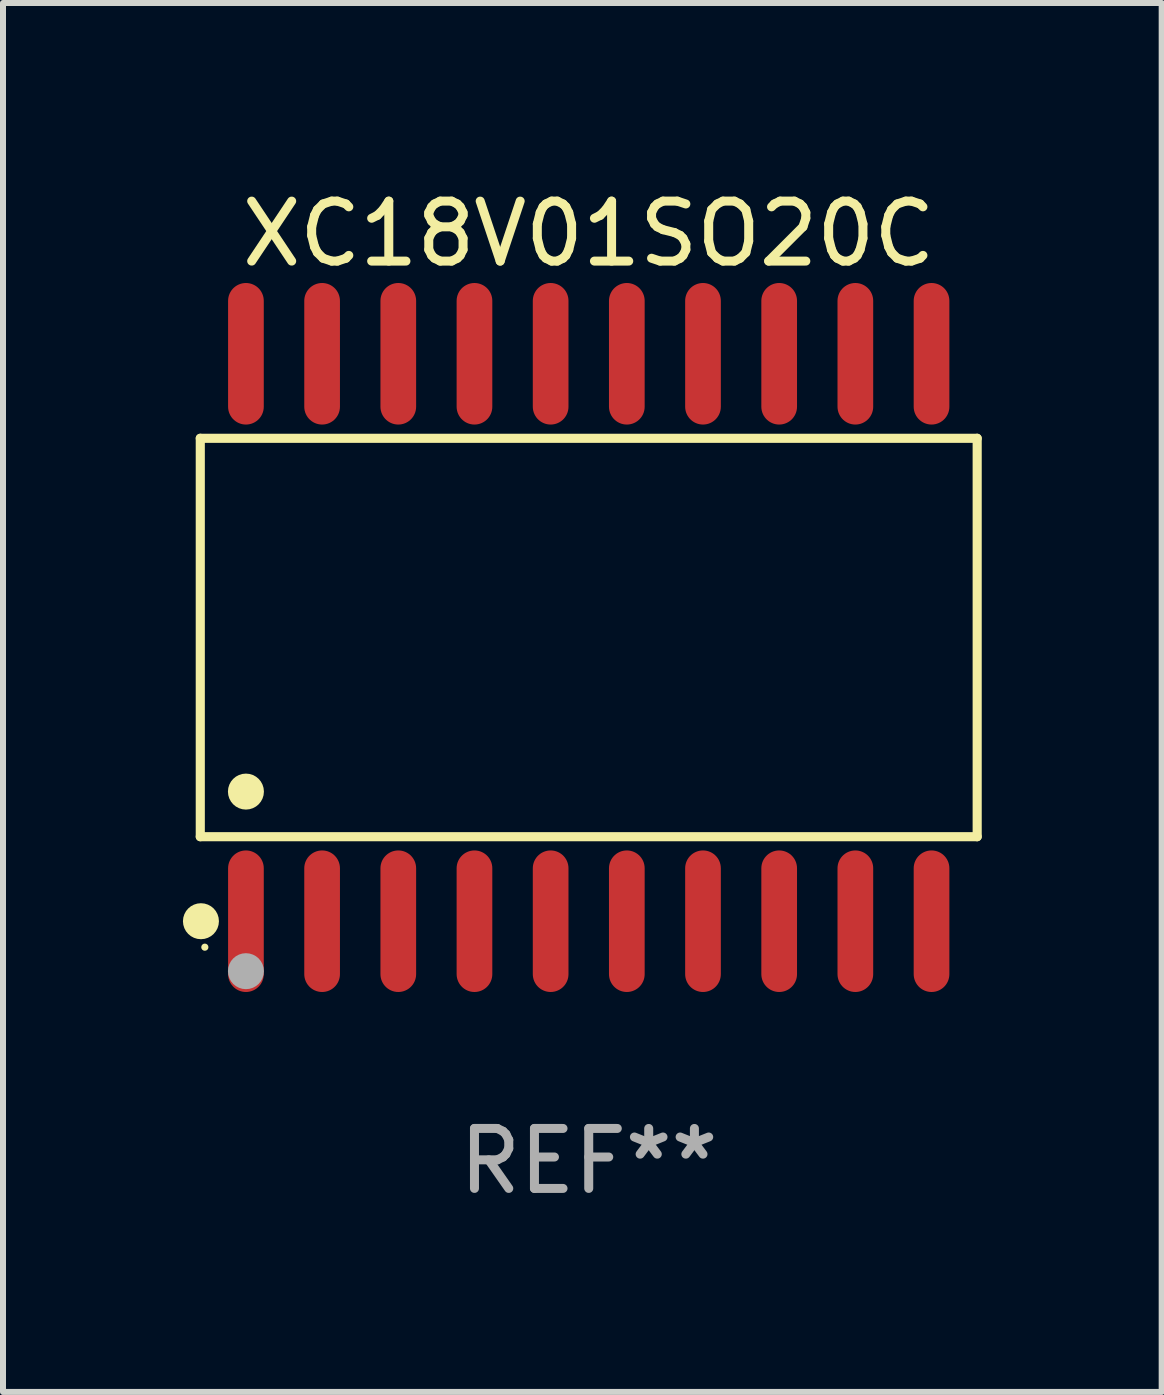
<source format=kicad_pcb>
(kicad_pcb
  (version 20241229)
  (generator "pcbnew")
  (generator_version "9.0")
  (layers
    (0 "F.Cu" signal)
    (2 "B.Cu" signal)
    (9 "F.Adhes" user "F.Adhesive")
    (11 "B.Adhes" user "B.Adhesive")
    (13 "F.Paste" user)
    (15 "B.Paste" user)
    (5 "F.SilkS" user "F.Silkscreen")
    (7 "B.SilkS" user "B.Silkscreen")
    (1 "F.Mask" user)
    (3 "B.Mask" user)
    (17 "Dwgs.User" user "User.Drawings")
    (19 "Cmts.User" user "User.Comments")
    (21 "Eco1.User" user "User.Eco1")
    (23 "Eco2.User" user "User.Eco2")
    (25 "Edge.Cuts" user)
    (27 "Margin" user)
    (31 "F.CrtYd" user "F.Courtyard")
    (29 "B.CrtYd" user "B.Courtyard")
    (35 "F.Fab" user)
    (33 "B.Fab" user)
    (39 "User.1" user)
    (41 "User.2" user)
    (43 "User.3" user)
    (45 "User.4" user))
  (footprint "XC18V01SO20C"
    (layer "F.Cu")
    (at 6.765 7.578)
    (property "Reference" "XC18V01SO20C" (at 0 -6.73 0) (layer "F.SilkS") (effects (font (size 1 1) (thickness 0.15))))
    (attr through_hole)
    (fp_line (start -6.476 -3.321) (end 6.476 -3.321) (stroke (width 0.152) (type solid)) (layer "F.SilkS"))
    (fp_line (start -6.476 3.321) (end -6.476 -3.321) (stroke (width 0.152) (type solid)) (layer "F.SilkS"))
    (fp_line (start 6.476 -3.321) (end 6.476 3.321) (stroke (width 0.152) (type solid)) (layer "F.SilkS"))
    (fp_line (start 6.476 3.321) (end -6.476 3.321) (stroke (width 0.152) (type solid)) (layer "F.SilkS"))
    (fp_circle (center -6.465 4.73) (end -6.315 4.73) (stroke (width 0.3) (type solid)) (fill no) (layer "F.SilkS"))
    (fp_circle (center -6.4 5.163) (end -6.37 5.163) (stroke (width 0.06) (type solid)) (fill no) (layer "F.SilkS"))
    (fp_circle (center -5.715 2.569) (end -5.565 2.569) (stroke (width 0.3) (type solid)) (fill no) (layer "F.SilkS"))
    (fp_circle (center -5.715 5.563) (end -5.565 5.563) (stroke (width 0.3) (type solid)) (fill no) (layer "F.Fab"))
    (fp_text user "REF**" (at 0 8.73 0) (layer "F.Fab") (effects (font (size 1 1) (thickness 0.15))))
    (pad "1" smd oval (at -5.715 4.73) (size 0.595 2.36) (layers "F.Cu" "F.Mask" "F.Paste"))
    (pad "2" smd oval (at -4.445 4.73) (size 0.595 2.36) (layers "F.Cu" "F.Mask" "F.Paste"))
    (pad "3" smd oval (at -3.175 4.73) (size 0.595 2.36) (layers "F.Cu" "F.Mask" "F.Paste"))
    (pad "4" smd oval (at -1.905 4.73) (size 0.595 2.36) (layers "F.Cu" "F.Mask" "F.Paste"))
    (pad "5" smd oval (at -0.635 4.73) (size 0.595 2.36) (layers "F.Cu" "F.Mask" "F.Paste"))
    (pad "6" smd oval (at 0.635 4.73) (size 0.595 2.36) (layers "F.Cu" "F.Mask" "F.Paste"))
    (pad "7" smd oval (at 1.905 4.73) (size 0.595 2.36) (layers "F.Cu" "F.Mask" "F.Paste"))
    (pad "8" smd oval (at 3.175 4.73) (size 0.595 2.36) (layers "F.Cu" "F.Mask" "F.Paste"))
    (pad "9" smd oval (at 4.445 4.73) (size 0.595 2.36) (layers "F.Cu" "F.Mask" "F.Paste"))
    (pad "10" smd oval (at 5.715 4.73) (size 0.595 2.36) (layers "F.Cu" "F.Mask" "F.Paste"))
    (pad "11" smd oval (at 5.715 -4.73) (size 0.595 2.36) (layers "F.Cu" "F.Mask" "F.Paste"))
    (pad "12" smd oval (at 4.445 -4.73) (size 0.595 2.36) (layers "F.Cu" "F.Mask" "F.Paste"))
    (pad "13" smd oval (at 3.175 -4.73) (size 0.595 2.36) (layers "F.Cu" "F.Mask" "F.Paste"))
    (pad "14" smd oval (at 1.905 -4.73) (size 0.595 2.36) (layers "F.Cu" "F.Mask" "F.Paste"))
    (pad "15" smd oval (at 0.635 -4.73) (size 0.595 2.36) (layers "F.Cu" "F.Mask" "F.Paste"))
    (pad "16" smd oval (at -0.635 -4.73) (size 0.595 2.36) (layers "F.Cu" "F.Mask" "F.Paste"))
    (pad "17" smd oval (at -1.905 -4.73) (size 0.595 2.36) (layers "F.Cu" "F.Mask" "F.Paste"))
    (pad "18" smd oval (at -3.175 -4.73) (size 0.595 2.36) (layers "F.Cu" "F.Mask" "F.Paste"))
    (pad "19" smd oval (at -4.445 -4.73) (size 0.595 2.36) (layers "F.Cu" "F.Mask" "F.Paste"))
    (pad "20" smd oval (at -5.715 -4.73) (size 0.595 2.36) (layers "F.Cu" "F.Mask" "F.Paste")))
  (gr_rect
    (start -3 -3)
    (end 16.317 20.156)
    (stroke (width 0.1) (type default))
    (fill no)
    (layer "Edge.Cuts")))
</source>
